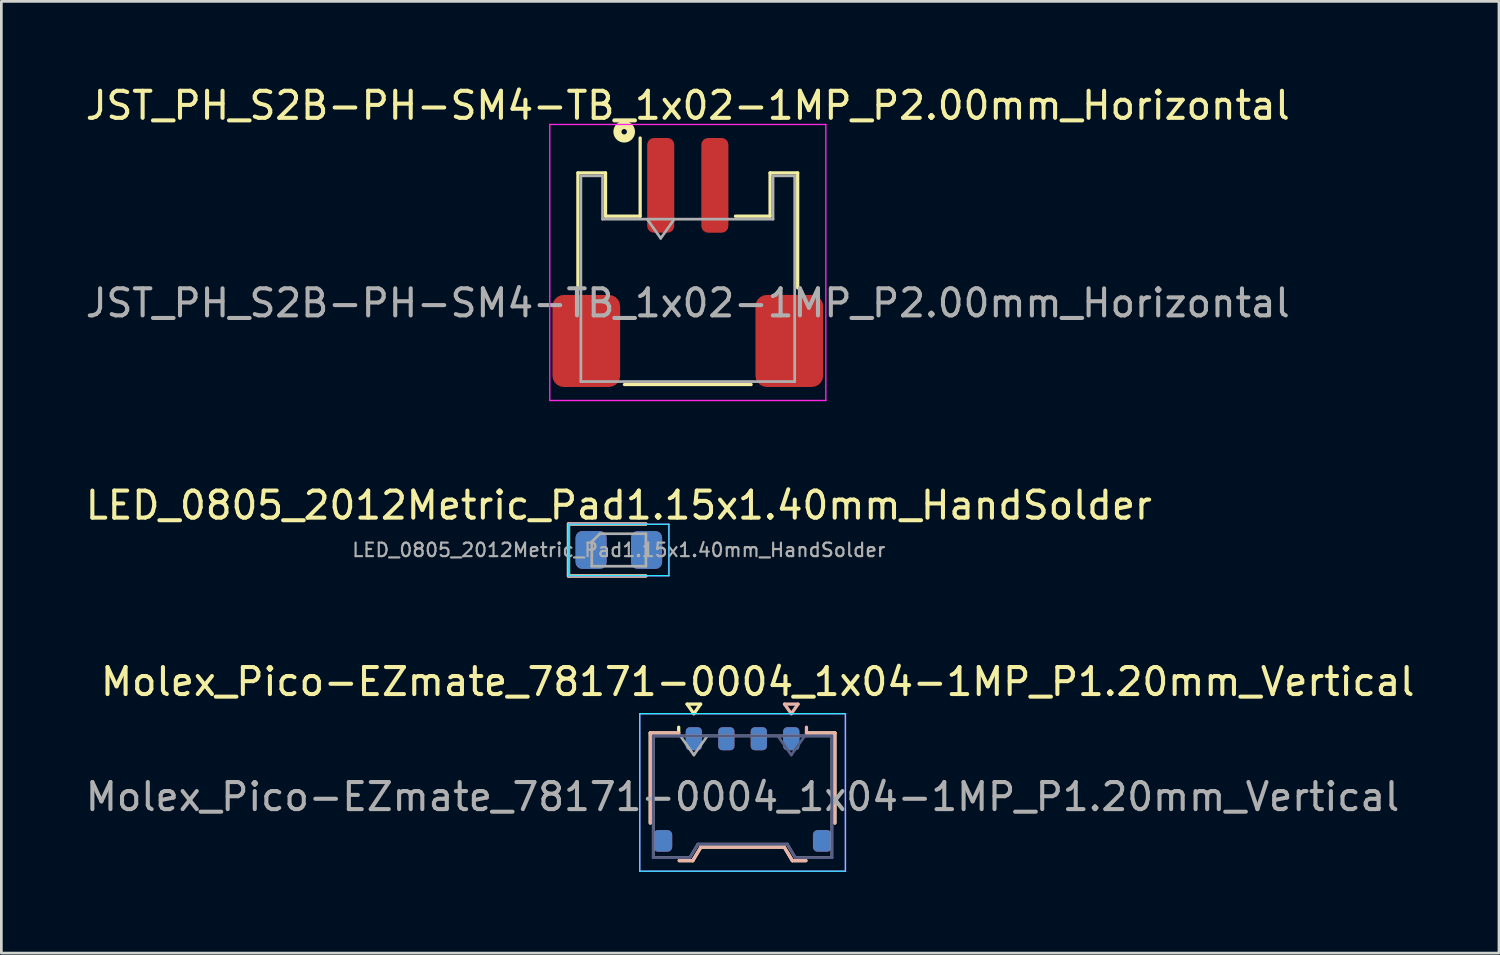
<source format=kicad_pcb>
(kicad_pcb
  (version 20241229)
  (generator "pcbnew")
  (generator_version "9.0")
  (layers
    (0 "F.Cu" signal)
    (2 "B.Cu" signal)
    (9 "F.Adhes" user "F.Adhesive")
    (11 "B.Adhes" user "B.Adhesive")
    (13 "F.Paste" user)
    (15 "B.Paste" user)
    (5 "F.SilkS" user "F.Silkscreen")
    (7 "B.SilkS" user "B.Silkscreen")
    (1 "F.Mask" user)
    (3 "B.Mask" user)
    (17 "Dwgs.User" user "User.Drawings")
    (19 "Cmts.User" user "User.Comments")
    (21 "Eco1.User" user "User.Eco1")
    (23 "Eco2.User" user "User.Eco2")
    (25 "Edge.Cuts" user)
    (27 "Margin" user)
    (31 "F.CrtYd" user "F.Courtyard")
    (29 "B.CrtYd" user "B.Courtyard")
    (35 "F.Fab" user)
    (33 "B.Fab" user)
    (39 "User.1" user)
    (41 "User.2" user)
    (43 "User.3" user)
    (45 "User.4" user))
  (footprint "LED_0805_2012Metric_Pad1.15x1.40mm_HandSolder"
    (layer "F.Cu")
    (at 19.815 17.271)
    (property "Reference" "LED_0805_2012Metric_Pad1.15x1.40mm_HandSolder" (at 0 -1.65 0) (layer "F.SilkS") (effects (font (size 1 1) (thickness 0.15))))
    (attr smd)
    (fp_line (start -1.86 -0.96) (end -1.86 0.96) (stroke (width 0.12) (type solid)) (layer "F.SilkS"))
    (fp_line (start -1.86 0.96) (end 1 0.96) (stroke (width 0.12) (type solid)) (layer "F.SilkS"))
    (fp_line (start 1 -0.96) (end -1.86 -0.96) (stroke (width 0.12) (type solid)) (layer "F.SilkS"))
    (fp_line (start -1.86 -0.96) (end -1.86 0.96) (stroke (width 0.12) (type solid)) (layer "B.SilkS"))
    (fp_line (start -1.86 0.96) (end 1 0.96) (stroke (width 0.12) (type solid)) (layer "B.SilkS"))
    (fp_line (start 1 -0.96) (end -1.86 -0.96) (stroke (width 0.12) (type solid)) (layer "B.SilkS"))
    (fp_line (start -1.85 -0.95) (end -1.85 0.95) (stroke (width 0.05) (type solid)) (layer "B.CrtYd"))
    (fp_line (start -1.85 0.95) (end 1.85 0.95) (stroke (width 0.05) (type solid)) (layer "B.CrtYd"))
    (fp_line (start 1.85 -0.95) (end -1.85 -0.95) (stroke (width 0.05) (type solid)) (layer "B.CrtYd"))
    (fp_line (start 1.85 0.95) (end 1.85 -0.95) (stroke (width 0.05) (type solid)) (layer "B.CrtYd"))
    (fp_line (start -1.85 -0.95) (end 1.85 -0.95) (stroke (width 0.05) (type solid)) (layer "F.CrtYd"))
    (fp_line (start -1.85 0.95) (end -1.85 -0.95) (stroke (width 0.05) (type solid)) (layer "F.CrtYd"))
    (fp_line (start 1.85 -0.95) (end 1.85 0.95) (stroke (width 0.05) (type solid)) (layer "F.CrtYd"))
    (fp_line (start 1.85 0.95) (end -1.85 0.95) (stroke (width 0.05) (type solid)) (layer "F.CrtYd"))
    (fp_line (start -1 -0.3) (end -1 0.6) (stroke (width 0.1) (type solid)) (layer "F.Fab"))
    (fp_line (start -1 0.6) (end 1 0.6) (stroke (width 0.1) (type solid)) (layer "F.Fab"))
    (fp_line (start -0.7 -0.6) (end -1 -0.3) (stroke (width 0.1) (type solid)) (layer "F.Fab"))
    (fp_line (start 1 -0.6) (end -0.7 -0.6) (stroke (width 0.1) (type solid)) (layer "F.Fab"))
    (fp_line (start 1 0.6) (end 1 -0.6) (stroke (width 0.1) (type solid)) (layer "F.Fab"))
    (fp_text user "${REFERENCE}" (at 0 0 0) (layer "F.Fab") (effects (font (size 0.5 0.5) (thickness 0.08))))
    (pad "1" smd roundrect (at -1.025 0) (size 1.15 1.4) (layers "F.Cu" "F.Mask" "F.Paste") (roundrect_rratio 0.217))
    (pad "1" smd roundrect (at -1.025 0) (size 1.15 1.4) (layers "B.Cu" "B.Mask" "B.Paste") (roundrect_rratio 0.217))
    (pad "2" smd roundrect (at 1.025 0) (size 1.15 1.4) (layers "F.Cu" "F.Mask" "F.Paste") (roundrect_rratio 0.217))
    (pad "2" smd roundrect (at 1.025 0) (size 1.15 1.4) (layers "B.Cu" "B.Mask" "B.Paste") (roundrect_rratio 0.217)))
  (footprint "JST_PH_S2B-PH-SM4-TB_1x02-1MP_P2.00mm_Horizontal"
    (layer "F.Cu")
    (at 22.363 6.648)
    (property "Reference" "JST_PH_S2B-PH-SM4-TB_1x02-1MP_P2.00mm_Horizontal" (at 0 -5.8 0) (layer "F.SilkS") (effects (font (size 1 1) (thickness 0.15))))
    (attr smd)
    (fp_line (start -4.06 -3.31) (end -3.04 -3.31) (stroke (width 0.12) (type solid)) (layer "F.SilkS"))
    (fp_line (start -4.06 0.94) (end -4.06 -3.31) (stroke (width 0.12) (type solid)) (layer "F.SilkS"))
    (fp_line (start -3.04 -3.31) (end -3.04 -1.71) (stroke (width 0.12) (type solid)) (layer "F.SilkS"))
    (fp_line (start -3.04 -1.71) (end -1.76 -1.71) (stroke (width 0.12) (type solid)) (layer "F.SilkS"))
    (fp_line (start -2.34 4.51) (end 2.34 4.51) (stroke (width 0.12) (type solid)) (layer "F.SilkS"))
    (fp_line (start -1.76 -1.71) (end -1.76 -4.6) (stroke (width 0.12) (type solid)) (layer "F.SilkS"))
    (fp_line (start 3.04 -3.31) (end 3.04 -1.71) (stroke (width 0.12) (type solid)) (layer "F.SilkS"))
    (fp_line (start 3.04 -1.71) (end 1.76 -1.71) (stroke (width 0.12) (type solid)) (layer "F.SilkS"))
    (fp_line (start 4.06 -3.31) (end 3.04 -3.31) (stroke (width 0.12) (type solid)) (layer "F.SilkS"))
    (fp_line (start 4.06 0.94) (end 4.06 -3.31) (stroke (width 0.12) (type solid)) (layer "F.SilkS"))
    (fp_circle (center -2.35 -4.83) (end -2.25 -4.83) (stroke (width 0.3) (type solid)) (fill no) (layer "F.SilkS"))
    (fp_line (start -5.1 -5.1) (end -5.1 5.1) (stroke (width 0.05) (type solid)) (layer "F.CrtYd"))
    (fp_line (start -5.1 5.1) (end 5.1 5.1) (stroke (width 0.05) (type solid)) (layer "F.CrtYd"))
    (fp_line (start 5.1 -5.1) (end -5.1 -5.1) (stroke (width 0.05) (type solid)) (layer "F.CrtYd"))
    (fp_line (start 5.1 5.1) (end 5.1 -5.1) (stroke (width 0.05) (type solid)) (layer "F.CrtYd"))
    (fp_line (start -3.95 -3.2) (end -3.95 4.4) (stroke (width 0.1) (type solid)) (layer "F.Fab"))
    (fp_line (start -3.95 -3.2) (end -3.15 -3.2) (stroke (width 0.1) (type solid)) (layer "F.Fab"))
    (fp_line (start -3.95 4.4) (end 3.95 4.4) (stroke (width 0.1) (type solid)) (layer "F.Fab"))
    (fp_line (start -3.15 -3.2) (end -3.15 -1.6) (stroke (width 0.1) (type solid)) (layer "F.Fab"))
    (fp_line (start -3.15 -1.6) (end 3.15 -1.6) (stroke (width 0.1) (type solid)) (layer "F.Fab"))
    (fp_line (start -1.5 -1.6) (end -1 -0.893) (stroke (width 0.1) (type solid)) (layer "F.Fab"))
    (fp_line (start -1 -0.893) (end -0.5 -1.6) (stroke (width 0.1) (type solid)) (layer "F.Fab"))
    (fp_line (start 3.15 -3.2) (end 3.95 -3.2) (stroke (width 0.1) (type solid)) (layer "F.Fab"))
    (fp_line (start 3.15 -1.6) (end 3.15 -3.2) (stroke (width 0.1) (type solid)) (layer "F.Fab"))
    (fp_line (start 3.95 -3.2) (end 3.95 4.4) (stroke (width 0.1) (type solid)) (layer "F.Fab"))
    (fp_text user "${REFERENCE}" (at 0 1.5 0) (layer "F.Fab") (effects (font (size 1 1) (thickness 0.15))))
    (pad "1" smd roundrect (at -1 -2.85) (size 1 3.5) (layers "F.Cu" "F.Mask" "F.Paste") (roundrect_rratio 0.25))
    (pad "2" smd roundrect (at 1 -2.85) (size 1 3.5) (layers "F.Cu" "F.Mask" "F.Paste") (roundrect_rratio 0.25))
    (pad "MP" smd roundrect (at -3.75 2.9) (size 2.5 3.4) (layers "F.Cu" "F.Mask" "F.Paste") (roundrect_rratio 0.167))
    (pad "MP" smd roundrect (at 3.75 2.9) (size 2.5 3.4) (layers "F.Cu" "F.Mask" "F.Paste") (roundrect_rratio 0.167)))
  (footprint "Molex_Pico-EZmate_78171-0004_1x04-1MP_P1.20mm_Vertical"
    (layer "F.Cu")
    (at 24.387 26.12)
    (property "Reference" "Molex_Pico-EZmate_78171-0004_1x04-1MP_P1.20mm_Vertical" (at 0.56 -3.98 0) (layer "F.SilkS") (effects (font (size 1 1) (thickness 0.15))))
    (attr smd)
    (fp_line (start -3.41 -2.09) (end -2.36 -2.09) (stroke (width 0.12) (type solid)) (layer "F.SilkS"))
    (fp_line (start -3.41 1.24) (end -3.41 -2.09) (stroke (width 0.12) (type solid)) (layer "F.SilkS"))
    (fp_line (start -2.36 -2.09) (end -2.36 -2.3) (stroke (width 0.12) (type solid)) (layer "F.SilkS"))
    (fp_line (start -2.34 2.63) (end -1.84 2.63) (stroke (width 0.12) (type solid)) (layer "F.SilkS"))
    (fp_line (start -2.05 -3.154) (end -1.8 -2.8) (stroke (width 0.12) (type solid)) (layer "F.SilkS"))
    (fp_line (start -1.84 2.63) (end -1.54 2.13) (stroke (width 0.12) (type solid)) (layer "F.SilkS"))
    (fp_line (start -1.8 -2.8) (end -1.55 -3.154) (stroke (width 0.12) (type solid)) (layer "F.SilkS"))
    (fp_line (start -1.55 -3.154) (end -2.05 -3.154) (stroke (width 0.12) (type solid)) (layer "F.SilkS"))
    (fp_line (start -1.54 2.13) (end 1.54 2.13) (stroke (width 0.12) (type solid)) (layer "F.SilkS"))
    (fp_line (start 1.54 2.13) (end 1.84 2.63) (stroke (width 0.12) (type solid)) (layer "F.SilkS"))
    (fp_line (start 1.84 2.63) (end 2.34 2.63) (stroke (width 0.12) (type solid)) (layer "F.SilkS"))
    (fp_line (start 3.41 -2.09) (end 2.36 -2.09) (stroke (width 0.12) (type solid)) (layer "F.SilkS"))
    (fp_line (start 3.41 1.24) (end 3.41 -2.09) (stroke (width 0.12) (type solid)) (layer "F.SilkS"))
    (fp_line (start -3.41 -2.09) (end -2.36 -2.09) (stroke (width 0.12) (type solid)) (layer "B.SilkS"))
    (fp_line (start -3.41 1.24) (end -3.41 -2.09) (stroke (width 0.12) (type solid)) (layer "B.SilkS"))
    (fp_line (start -1.84 2.63) (end -2.34 2.63) (stroke (width 0.12) (type solid)) (layer "B.SilkS"))
    (fp_line (start -1.54 2.13) (end -1.84 2.63) (stroke (width 0.12) (type solid)) (layer "B.SilkS"))
    (fp_line (start 1.54 2.13) (end -1.54 2.13) (stroke (width 0.12) (type solid)) (layer "B.SilkS"))
    (fp_line (start 1.55 -3.154) (end 2.05 -3.154) (stroke (width 0.12) (type solid)) (layer "B.SilkS"))
    (fp_line (start 1.8 -2.8) (end 1.55 -3.154) (stroke (width 0.12) (type solid)) (layer "B.SilkS"))
    (fp_line (start 1.84 2.63) (end 1.54 2.13) (stroke (width 0.12) (type solid)) (layer "B.SilkS"))
    (fp_line (start 2.05 -3.154) (end 1.8 -2.8) (stroke (width 0.12) (type solid)) (layer "B.SilkS"))
    (fp_line (start 2.34 2.63) (end 1.84 2.63) (stroke (width 0.12) (type solid)) (layer "B.SilkS"))
    (fp_line (start 2.36 -2.09) (end 2.36 -2.3) (stroke (width 0.12) (type solid)) (layer "B.SilkS"))
    (fp_line (start 3.41 -2.09) (end 2.36 -2.09) (stroke (width 0.12) (type solid)) (layer "B.SilkS"))
    (fp_line (start 3.41 1.24) (end 3.41 -2.09) (stroke (width 0.12) (type solid)) (layer "B.SilkS"))
    (fp_line (start -3.8 -2.8) (end 3.8 -2.8) (stroke (width 0.05) (type solid)) (layer "B.CrtYd"))
    (fp_line (start -3.8 3.02) (end -3.8 -2.8) (stroke (width 0.05) (type solid)) (layer "B.CrtYd"))
    (fp_line (start 3.8 -2.8) (end 3.8 3.02) (stroke (width 0.05) (type solid)) (layer "B.CrtYd"))
    (fp_line (start 3.8 3.02) (end -3.8 3.02) (stroke (width 0.05) (type solid)) (layer "B.CrtYd"))
    (fp_line (start -3.8 -2.8) (end -3.8 3.02) (stroke (width 0.05) (type solid)) (layer "F.CrtYd"))
    (fp_line (start -3.8 3.02) (end 3.8 3.02) (stroke (width 0.05) (type solid)) (layer "F.CrtYd"))
    (fp_line (start 3.8 -2.8) (end -3.8 -2.8) (stroke (width 0.05) (type solid)) (layer "F.CrtYd"))
    (fp_line (start 3.8 3.02) (end 3.8 -2.8) (stroke (width 0.05) (type solid)) (layer "F.CrtYd"))
    (fp_line (start -3.3 -1.98) (end -3.3 2.52) (stroke (width 0.1) (type solid)) (layer "B.Fab"))
    (fp_line (start -1.95 2.52) (end -3.3 2.52) (stroke (width 0.1) (type solid)) (layer "B.Fab"))
    (fp_line (start -1.65 2.02) (end -1.95 2.52) (stroke (width 0.1) (type solid)) (layer "B.Fab"))
    (fp_line (start 1.65 2.02) (end -1.65 2.02) (stroke (width 0.1) (type solid)) (layer "B.Fab"))
    (fp_line (start 1.8 -1.273) (end 1.3 -1.98) (stroke (width 0.1) (type solid)) (layer "B.Fab"))
    (fp_line (start 1.95 2.52) (end 1.65 2.02) (stroke (width 0.1) (type solid)) (layer "B.Fab"))
    (fp_line (start 2.3 -1.98) (end 1.8 -1.273) (stroke (width 0.1) (type solid)) (layer "B.Fab"))
    (fp_line (start 3.3 -1.98) (end -3.3 -1.98) (stroke (width 0.1) (type solid)) (layer "B.Fab"))
    (fp_line (start 3.3 -1.98) (end 3.3 2.52) (stroke (width 0.1) (type solid)) (layer "B.Fab"))
    (fp_line (start 3.3 2.52) (end 1.95 2.52) (stroke (width 0.1) (type solid)) (layer "B.Fab"))
    (fp_line (start -3.3 -1.98) (end -3.3 2.52) (stroke (width 0.1) (type solid)) (layer "F.Fab"))
    (fp_line (start -3.3 -1.98) (end 3.3 -1.98) (stroke (width 0.1) (type solid)) (layer "F.Fab"))
    (fp_line (start -3.3 2.52) (end -1.95 2.52) (stroke (width 0.1) (type solid)) (layer "F.Fab"))
    (fp_line (start -2.3 -1.98) (end -1.8 -1.273) (stroke (width 0.1) (type solid)) (layer "F.Fab"))
    (fp_line (start -1.95 2.52) (end -1.65 2.02) (stroke (width 0.1) (type solid)) (layer "F.Fab"))
    (fp_line (start -1.8 -1.273) (end -1.3 -1.98) (stroke (width 0.1) (type solid)) (layer "F.Fab"))
    (fp_line (start -1.65 2.02) (end 1.65 2.02) (stroke (width 0.1) (type solid)) (layer "F.Fab"))
    (fp_line (start 1.65 2.02) (end 1.95 2.52) (stroke (width 0.1) (type solid)) (layer "F.Fab"))
    (fp_line (start 1.95 2.52) (end 3.3 2.52) (stroke (width 0.1) (type solid)) (layer "F.Fab"))
    (fp_line (start 3.3 -1.98) (end 3.3 2.52) (stroke (width 0.1) (type solid)) (layer "F.Fab"))
    (fp_text user "${REFERENCE}" (at 0 0.27 0) (layer "F.Fab") (effects (font (size 1 1) (thickness 0.15))))
    (pad "1" smd roundrect (at -1.8 -1.875) (size 0.6 0.85) (layers "F.Cu" "F.Mask" "F.Paste") (roundrect_rratio 0.25))
    (pad "1" smd roundrect (at 1.8 -1.875) (size 0.6 0.85) (layers "B.Cu" "B.Mask" "B.Paste") (roundrect_rratio 0.25))
    (pad "2" smd roundrect (at -0.6 -1.875) (size 0.6 0.85) (layers "F.Cu" "F.Mask" "F.Paste") (roundrect_rratio 0.25))
    (pad "2" smd roundrect (at 0.6 -1.875) (size 0.6 0.85) (layers "B.Cu" "B.Mask" "B.Paste") (roundrect_rratio 0.25))
    (pad "3" smd roundrect (at -0.6 -1.875) (size 0.6 0.85) (layers "B.Cu" "B.Mask" "B.Paste") (roundrect_rratio 0.25))
    (pad "3" smd roundrect (at 0.6 -1.875) (size 0.6 0.85) (layers "F.Cu" "F.Mask" "F.Paste") (roundrect_rratio 0.25))
    (pad "4" smd roundrect (at -1.8 -1.875) (size 0.6 0.85) (layers "B.Cu" "B.Mask" "B.Paste") (roundrect_rratio 0.25))
    (pad "4" smd roundrect (at 1.8 -1.875) (size 0.6 0.85) (layers "F.Cu" "F.Mask" "F.Paste") (roundrect_rratio 0.25))
    (pad "MP" smd roundrect (at -2.95 1.9) (size 0.7 0.8) (layers "F.Cu" "F.Mask" "F.Paste") (roundrect_rratio 0.25))
    (pad "MP" smd roundrect (at -2.95 1.9) (size 0.7 0.8) (layers "B.Cu" "B.Mask" "B.Paste") (roundrect_rratio 0.25))
    (pad "MP" smd roundrect (at 2.95 1.9) (size 0.7 0.8) (layers "F.Cu" "F.Mask" "F.Paste") (roundrect_rratio 0.25))
    (pad "MP" smd roundrect (at 2.95 1.9) (size 0.7 0.8) (layers "B.Cu" "B.Mask" "B.Paste") (roundrect_rratio 0.25)))
  (gr_rect
    (start -3 -3)
    (end 52.334 32.165)
    (stroke (width 0.1) (type default))
    (fill no)
    (layer "Edge.Cuts")))
</source>
